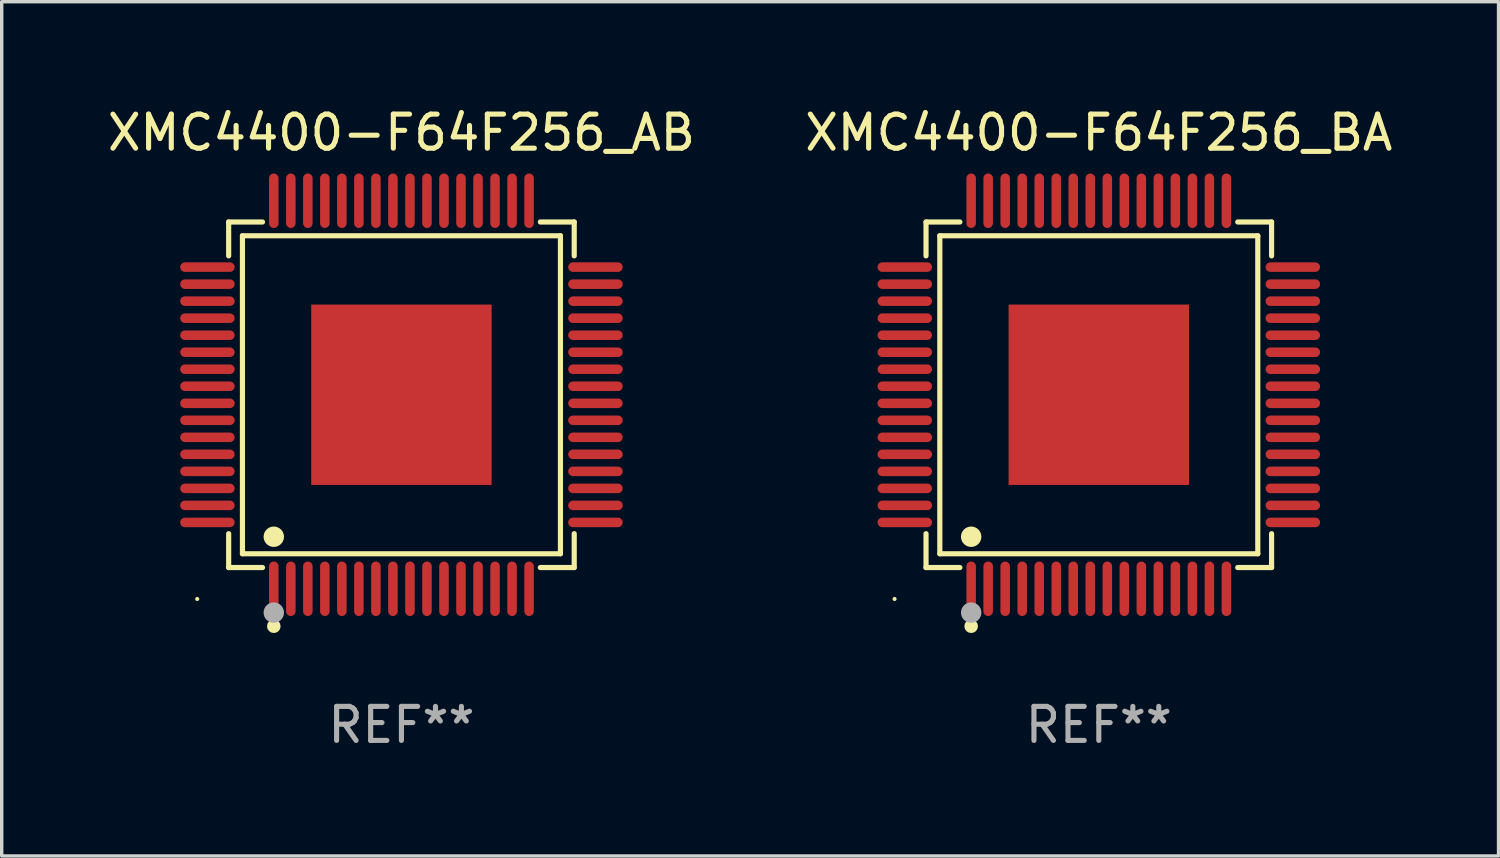
<source format=kicad_pcb>
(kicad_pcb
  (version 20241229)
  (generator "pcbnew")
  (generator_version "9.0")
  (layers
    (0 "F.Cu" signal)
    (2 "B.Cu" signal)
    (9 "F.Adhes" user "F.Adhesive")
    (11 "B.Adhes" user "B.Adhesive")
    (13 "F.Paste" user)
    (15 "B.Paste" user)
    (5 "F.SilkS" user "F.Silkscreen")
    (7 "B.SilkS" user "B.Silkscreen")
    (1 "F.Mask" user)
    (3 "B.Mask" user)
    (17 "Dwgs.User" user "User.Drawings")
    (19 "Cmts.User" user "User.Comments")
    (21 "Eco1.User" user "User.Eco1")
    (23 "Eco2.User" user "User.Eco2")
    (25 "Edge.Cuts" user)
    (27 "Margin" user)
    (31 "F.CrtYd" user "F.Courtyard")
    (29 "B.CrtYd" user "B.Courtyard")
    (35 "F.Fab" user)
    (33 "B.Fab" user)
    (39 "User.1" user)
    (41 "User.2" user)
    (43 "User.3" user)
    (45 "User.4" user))
  (footprint "XMC4400-F64F256_AB"
    (layer "F.Cu")
    (at 8.744 8.548)
    (property "Reference" "XMC4400-F64F256_AB" (at 0 -7.7 0) (layer "F.SilkS") (effects (font (size 1 1) (thickness 0.15))))
    (attr through_hole)
    (fp_line (start -5.076 -5.076) (end -4.081 -5.076) (stroke (width 0.152) (type solid)) (layer "F.SilkS"))
    (fp_line (start -5.076 -4.081) (end -5.076 -5.076) (stroke (width 0.152) (type solid)) (layer "F.SilkS"))
    (fp_line (start -5.076 4.081) (end -5.076 5.076) (stroke (width 0.152) (type solid)) (layer "F.SilkS"))
    (fp_line (start -5.076 5.076) (end -4.081 5.076) (stroke (width 0.152) (type solid)) (layer "F.SilkS"))
    (fp_line (start -4.671 -4.671) (end 4.671 -4.671) (stroke (width 0.152) (type solid)) (layer "F.SilkS"))
    (fp_line (start -4.671 4.671) (end -4.671 -4.671) (stroke (width 0.152) (type solid)) (layer "F.SilkS"))
    (fp_line (start 4.671 -4.671) (end 4.671 4.671) (stroke (width 0.152) (type solid)) (layer "F.SilkS"))
    (fp_line (start 4.671 4.671) (end -4.671 4.671) (stroke (width 0.152) (type solid)) (layer "F.SilkS"))
    (fp_line (start 5.076 -5.076) (end 4.081 -5.076) (stroke (width 0.152) (type solid)) (layer "F.SilkS"))
    (fp_line (start 5.076 -4.081) (end 5.076 -5.076) (stroke (width 0.152) (type solid)) (layer "F.SilkS"))
    (fp_line (start 5.076 4.081) (end 5.076 5.076) (stroke (width 0.152) (type solid)) (layer "F.SilkS"))
    (fp_line (start 5.076 5.076) (end 4.081 5.076) (stroke (width 0.152) (type solid)) (layer "F.SilkS"))
    (fp_circle (center -6 6) (end -5.97 6) (stroke (width 0.06) (type solid)) (fill no) (layer "F.SilkS"))
    (fp_circle (center -3.75 4.171) (end -3.6 4.171) (stroke (width 0.3) (type solid)) (fill no) (layer "F.SilkS"))
    (fp_circle (center -3.75 6.8) (end -3.65 6.8) (stroke (width 0.2) (type solid)) (fill no) (layer "F.SilkS"))
    (fp_circle (center -3.75 6.4) (end -3.6 6.4) (stroke (width 0.3) (type solid)) (fill no) (layer "F.Fab"))
    (fp_text user "REF**" (at 0 9.7 0) (layer "F.Fab") (effects (font (size 1 1) (thickness 0.15))))
    (pad "1" smd oval (at -3.75 5.7) (size 0.28 1.6) (layers "F.Cu" "F.Mask" "F.Paste"))
    (pad "2" smd oval (at -3.25 5.7) (size 0.28 1.6) (layers "F.Cu" "F.Mask" "F.Paste"))
    (pad "3" smd oval (at -2.75 5.7) (size 0.28 1.6) (layers "F.Cu" "F.Mask" "F.Paste"))
    (pad "4" smd oval (at -2.25 5.7) (size 0.28 1.6) (layers "F.Cu" "F.Mask" "F.Paste"))
    (pad "5" smd oval (at -1.75 5.7) (size 0.28 1.6) (layers "F.Cu" "F.Mask" "F.Paste"))
    (pad "6" smd oval (at -1.25 5.7) (size 0.28 1.6) (layers "F.Cu" "F.Mask" "F.Paste"))
    (pad "7" smd oval (at -0.75 5.7) (size 0.28 1.6) (layers "F.Cu" "F.Mask" "F.Paste"))
    (pad "8" smd oval (at -0.25 5.7) (size 0.28 1.6) (layers "F.Cu" "F.Mask" "F.Paste"))
    (pad "9" smd oval (at 0.25 5.7) (size 0.28 1.6) (layers "F.Cu" "F.Mask" "F.Paste"))
    (pad "10" smd oval (at 0.75 5.7) (size 0.28 1.6) (layers "F.Cu" "F.Mask" "F.Paste"))
    (pad "11" smd oval (at 1.25 5.7) (size 0.28 1.6) (layers "F.Cu" "F.Mask" "F.Paste"))
    (pad "12" smd oval (at 1.75 5.7) (size 0.28 1.6) (layers "F.Cu" "F.Mask" "F.Paste"))
    (pad "13" smd oval (at 2.25 5.7) (size 0.28 1.6) (layers "F.Cu" "F.Mask" "F.Paste"))
    (pad "14" smd oval (at 2.75 5.7) (size 0.28 1.6) (layers "F.Cu" "F.Mask" "F.Paste"))
    (pad "15" smd oval (at 3.25 5.7) (size 0.28 1.6) (layers "F.Cu" "F.Mask" "F.Paste"))
    (pad "16" smd oval (at 3.75 5.7) (size 0.28 1.6) (layers "F.Cu" "F.Mask" "F.Paste"))
    (pad "17" smd oval (at 5.7 3.75) (size 1.6 0.28) (layers "F.Cu" "F.Mask" "F.Paste"))
    (pad "18" smd oval (at 5.7 3.25) (size 1.6 0.28) (layers "F.Cu" "F.Mask" "F.Paste"))
    (pad "19" smd oval (at 5.7 2.75) (size 1.6 0.28) (layers "F.Cu" "F.Mask" "F.Paste"))
    (pad "20" smd oval (at 5.7 2.25) (size 1.6 0.28) (layers "F.Cu" "F.Mask" "F.Paste"))
    (pad "21" smd oval (at 5.7 1.75) (size 1.6 0.28) (layers "F.Cu" "F.Mask" "F.Paste"))
    (pad "22" smd oval (at 5.7 1.25) (size 1.6 0.28) (layers "F.Cu" "F.Mask" "F.Paste"))
    (pad "23" smd oval (at 5.7 0.75) (size 1.6 0.28) (layers "F.Cu" "F.Mask" "F.Paste"))
    (pad "24" smd oval (at 5.7 0.25) (size 1.6 0.28) (layers "F.Cu" "F.Mask" "F.Paste"))
    (pad "25" smd oval (at 5.7 -0.25) (size 1.6 0.28) (layers "F.Cu" "F.Mask" "F.Paste"))
    (pad "26" smd oval (at 5.7 -0.75) (size 1.6 0.28) (layers "F.Cu" "F.Mask" "F.Paste"))
    (pad "27" smd oval (at 5.7 -1.25) (size 1.6 0.28) (layers "F.Cu" "F.Mask" "F.Paste"))
    (pad "28" smd oval (at 5.7 -1.75) (size 1.6 0.28) (layers "F.Cu" "F.Mask" "F.Paste"))
    (pad "29" smd oval (at 5.7 -2.25) (size 1.6 0.28) (layers "F.Cu" "F.Mask" "F.Paste"))
    (pad "30" smd oval (at 5.7 -2.75) (size 1.6 0.28) (layers "F.Cu" "F.Mask" "F.Paste"))
    (pad "31" smd oval (at 5.7 -3.25) (size 1.6 0.28) (layers "F.Cu" "F.Mask" "F.Paste"))
    (pad "32" smd oval (at 5.7 -3.75) (size 1.6 0.28) (layers "F.Cu" "F.Mask" "F.Paste"))
    (pad "33" smd oval (at 3.75 -5.7) (size 0.28 1.6) (layers "F.Cu" "F.Mask" "F.Paste"))
    (pad "34" smd oval (at 3.25 -5.7) (size 0.28 1.6) (layers "F.Cu" "F.Mask" "F.Paste"))
    (pad "35" smd oval (at 2.75 -5.7) (size 0.28 1.6) (layers "F.Cu" "F.Mask" "F.Paste"))
    (pad "36" smd oval (at 2.25 -5.7) (size 0.28 1.6) (layers "F.Cu" "F.Mask" "F.Paste"))
    (pad "37" smd oval (at 1.75 -5.7) (size 0.28 1.6) (layers "F.Cu" "F.Mask" "F.Paste"))
    (pad "38" smd oval (at 1.25 -5.7) (size 0.28 1.6) (layers "F.Cu" "F.Mask" "F.Paste"))
    (pad "39" smd oval (at 0.75 -5.7) (size 0.28 1.6) (layers "F.Cu" "F.Mask" "F.Paste"))
    (pad "40" smd oval (at 0.25 -5.7) (size 0.28 1.6) (layers "F.Cu" "F.Mask" "F.Paste"))
    (pad "41" smd oval (at -0.25 -5.7) (size 0.28 1.6) (layers "F.Cu" "F.Mask" "F.Paste"))
    (pad "42" smd oval (at -0.75 -5.7) (size 0.28 1.6) (layers "F.Cu" "F.Mask" "F.Paste"))
    (pad "43" smd oval (at -1.25 -5.7) (size 0.28 1.6) (layers "F.Cu" "F.Mask" "F.Paste"))
    (pad "44" smd oval (at -1.75 -5.7) (size 0.28 1.6) (layers "F.Cu" "F.Mask" "F.Paste"))
    (pad "45" smd oval (at -2.25 -5.7) (size 0.28 1.6) (layers "F.Cu" "F.Mask" "F.Paste"))
    (pad "46" smd oval (at -2.75 -5.7) (size 0.28 1.6) (layers "F.Cu" "F.Mask" "F.Paste"))
    (pad "47" smd oval (at -3.25 -5.7) (size 0.28 1.6) (layers "F.Cu" "F.Mask" "F.Paste"))
    (pad "48" smd oval (at -3.75 -5.7) (size 0.28 1.6) (layers "F.Cu" "F.Mask" "F.Paste"))
    (pad "49" smd oval (at -5.7 -3.75) (size 1.6 0.28) (layers "F.Cu" "F.Mask" "F.Paste"))
    (pad "50" smd oval (at -5.7 -3.25) (size 1.6 0.28) (layers "F.Cu" "F.Mask" "F.Paste"))
    (pad "51" smd oval (at -5.7 -2.75) (size 1.6 0.28) (layers "F.Cu" "F.Mask" "F.Paste"))
    (pad "52" smd oval (at -5.7 -2.25) (size 1.6 0.28) (layers "F.Cu" "F.Mask" "F.Paste"))
    (pad "53" smd oval (at -5.7 -1.75) (size 1.6 0.28) (layers "F.Cu" "F.Mask" "F.Paste"))
    (pad "54" smd oval (at -5.7 -1.25) (size 1.6 0.28) (layers "F.Cu" "F.Mask" "F.Paste"))
    (pad "55" smd oval (at -5.7 -0.75) (size 1.6 0.28) (layers "F.Cu" "F.Mask" "F.Paste"))
    (pad "56" smd oval (at -5.7 -0.25) (size 1.6 0.28) (layers "F.Cu" "F.Mask" "F.Paste"))
    (pad "57" smd oval (at -5.7 0.25) (size 1.6 0.28) (layers "F.Cu" "F.Mask" "F.Paste"))
    (pad "58" smd oval (at -5.7 0.75) (size 1.6 0.28) (layers "F.Cu" "F.Mask" "F.Paste"))
    (pad "59" smd oval (at -5.7 1.25) (size 1.6 0.28) (layers "F.Cu" "F.Mask" "F.Paste"))
    (pad "60" smd oval (at -5.7 1.75) (size 1.6 0.28) (layers "F.Cu" "F.Mask" "F.Paste"))
    (pad "61" smd oval (at -5.7 2.25) (size 1.6 0.28) (layers "F.Cu" "F.Mask" "F.Paste"))
    (pad "62" smd oval (at -5.7 2.75) (size 1.6 0.28) (layers "F.Cu" "F.Mask" "F.Paste"))
    (pad "63" smd oval (at -5.7 3.25) (size 1.6 0.28) (layers "F.Cu" "F.Mask" "F.Paste"))
    (pad "64" smd oval (at -5.7 3.75) (size 1.6 0.28) (layers "F.Cu" "F.Mask" "F.Paste"))
    (pad "65" smd rect (at 0 0) (size 5.3 5.3) (layers "F.Cu" "F.Mask" "F.Paste")))
  (footprint "XMC4400-F64F256_BA"
    (layer "F.Cu")
    (at 29.232 8.548)
    (property "Reference" "XMC4400-F64F256_BA" (at 0 -7.7 0) (layer "F.SilkS") (effects (font (size 1 1) (thickness 0.15))))
    (attr through_hole)
    (fp_line (start -5.076 -5.076) (end -4.081 -5.076) (stroke (width 0.152) (type solid)) (layer "F.SilkS"))
    (fp_line (start -5.076 -4.081) (end -5.076 -5.076) (stroke (width 0.152) (type solid)) (layer "F.SilkS"))
    (fp_line (start -5.076 4.081) (end -5.076 5.076) (stroke (width 0.152) (type solid)) (layer "F.SilkS"))
    (fp_line (start -5.076 5.076) (end -4.081 5.076) (stroke (width 0.152) (type solid)) (layer "F.SilkS"))
    (fp_line (start -4.671 -4.671) (end 4.671 -4.671) (stroke (width 0.152) (type solid)) (layer "F.SilkS"))
    (fp_line (start -4.671 4.671) (end -4.671 -4.671) (stroke (width 0.152) (type solid)) (layer "F.SilkS"))
    (fp_line (start 4.671 -4.671) (end 4.671 4.671) (stroke (width 0.152) (type solid)) (layer "F.SilkS"))
    (fp_line (start 4.671 4.671) (end -4.671 4.671) (stroke (width 0.152) (type solid)) (layer "F.SilkS"))
    (fp_line (start 5.076 -5.076) (end 4.081 -5.076) (stroke (width 0.152) (type solid)) (layer "F.SilkS"))
    (fp_line (start 5.076 -4.081) (end 5.076 -5.076) (stroke (width 0.152) (type solid)) (layer "F.SilkS"))
    (fp_line (start 5.076 4.081) (end 5.076 5.076) (stroke (width 0.152) (type solid)) (layer "F.SilkS"))
    (fp_line (start 5.076 5.076) (end 4.081 5.076) (stroke (width 0.152) (type solid)) (layer "F.SilkS"))
    (fp_circle (center -6 6) (end -5.97 6) (stroke (width 0.06) (type solid)) (fill no) (layer "F.SilkS"))
    (fp_circle (center -3.75 4.171) (end -3.6 4.171) (stroke (width 0.3) (type solid)) (fill no) (layer "F.SilkS"))
    (fp_circle (center -3.75 6.8) (end -3.65 6.8) (stroke (width 0.2) (type solid)) (fill no) (layer "F.SilkS"))
    (fp_circle (center -3.75 6.4) (end -3.6 6.4) (stroke (width 0.3) (type solid)) (fill no) (layer "F.Fab"))
    (fp_text user "REF**" (at 0 9.7 0) (layer "F.Fab") (effects (font (size 1 1) (thickness 0.15))))
    (pad "1" smd oval (at -3.75 5.7) (size 0.28 1.6) (layers "F.Cu" "F.Mask" "F.Paste"))
    (pad "2" smd oval (at -3.25 5.7) (size 0.28 1.6) (layers "F.Cu" "F.Mask" "F.Paste"))
    (pad "3" smd oval (at -2.75 5.7) (size 0.28 1.6) (layers "F.Cu" "F.Mask" "F.Paste"))
    (pad "4" smd oval (at -2.25 5.7) (size 0.28 1.6) (layers "F.Cu" "F.Mask" "F.Paste"))
    (pad "5" smd oval (at -1.75 5.7) (size 0.28 1.6) (layers "F.Cu" "F.Mask" "F.Paste"))
    (pad "6" smd oval (at -1.25 5.7) (size 0.28 1.6) (layers "F.Cu" "F.Mask" "F.Paste"))
    (pad "7" smd oval (at -0.75 5.7) (size 0.28 1.6) (layers "F.Cu" "F.Mask" "F.Paste"))
    (pad "8" smd oval (at -0.25 5.7) (size 0.28 1.6) (layers "F.Cu" "F.Mask" "F.Paste"))
    (pad "9" smd oval (at 0.25 5.7) (size 0.28 1.6) (layers "F.Cu" "F.Mask" "F.Paste"))
    (pad "10" smd oval (at 0.75 5.7) (size 0.28 1.6) (layers "F.Cu" "F.Mask" "F.Paste"))
    (pad "11" smd oval (at 1.25 5.7) (size 0.28 1.6) (layers "F.Cu" "F.Mask" "F.Paste"))
    (pad "12" smd oval (at 1.75 5.7) (size 0.28 1.6) (layers "F.Cu" "F.Mask" "F.Paste"))
    (pad "13" smd oval (at 2.25 5.7) (size 0.28 1.6) (layers "F.Cu" "F.Mask" "F.Paste"))
    (pad "14" smd oval (at 2.75 5.7) (size 0.28 1.6) (layers "F.Cu" "F.Mask" "F.Paste"))
    (pad "15" smd oval (at 3.25 5.7) (size 0.28 1.6) (layers "F.Cu" "F.Mask" "F.Paste"))
    (pad "16" smd oval (at 3.75 5.7) (size 0.28 1.6) (layers "F.Cu" "F.Mask" "F.Paste"))
    (pad "17" smd oval (at 5.7 3.75) (size 1.6 0.28) (layers "F.Cu" "F.Mask" "F.Paste"))
    (pad "18" smd oval (at 5.7 3.25) (size 1.6 0.28) (layers "F.Cu" "F.Mask" "F.Paste"))
    (pad "19" smd oval (at 5.7 2.75) (size 1.6 0.28) (layers "F.Cu" "F.Mask" "F.Paste"))
    (pad "20" smd oval (at 5.7 2.25) (size 1.6 0.28) (layers "F.Cu" "F.Mask" "F.Paste"))
    (pad "21" smd oval (at 5.7 1.75) (size 1.6 0.28) (layers "F.Cu" "F.Mask" "F.Paste"))
    (pad "22" smd oval (at 5.7 1.25) (size 1.6 0.28) (layers "F.Cu" "F.Mask" "F.Paste"))
    (pad "23" smd oval (at 5.7 0.75) (size 1.6 0.28) (layers "F.Cu" "F.Mask" "F.Paste"))
    (pad "24" smd oval (at 5.7 0.25) (size 1.6 0.28) (layers "F.Cu" "F.Mask" "F.Paste"))
    (pad "25" smd oval (at 5.7 -0.25) (size 1.6 0.28) (layers "F.Cu" "F.Mask" "F.Paste"))
    (pad "26" smd oval (at 5.7 -0.75) (size 1.6 0.28) (layers "F.Cu" "F.Mask" "F.Paste"))
    (pad "27" smd oval (at 5.7 -1.25) (size 1.6 0.28) (layers "F.Cu" "F.Mask" "F.Paste"))
    (pad "28" smd oval (at 5.7 -1.75) (size 1.6 0.28) (layers "F.Cu" "F.Mask" "F.Paste"))
    (pad "29" smd oval (at 5.7 -2.25) (size 1.6 0.28) (layers "F.Cu" "F.Mask" "F.Paste"))
    (pad "30" smd oval (at 5.7 -2.75) (size 1.6 0.28) (layers "F.Cu" "F.Mask" "F.Paste"))
    (pad "31" smd oval (at 5.7 -3.25) (size 1.6 0.28) (layers "F.Cu" "F.Mask" "F.Paste"))
    (pad "32" smd oval (at 5.7 -3.75) (size 1.6 0.28) (layers "F.Cu" "F.Mask" "F.Paste"))
    (pad "33" smd oval (at 3.75 -5.7) (size 0.28 1.6) (layers "F.Cu" "F.Mask" "F.Paste"))
    (pad "34" smd oval (at 3.25 -5.7) (size 0.28 1.6) (layers "F.Cu" "F.Mask" "F.Paste"))
    (pad "35" smd oval (at 2.75 -5.7) (size 0.28 1.6) (layers "F.Cu" "F.Mask" "F.Paste"))
    (pad "36" smd oval (at 2.25 -5.7) (size 0.28 1.6) (layers "F.Cu" "F.Mask" "F.Paste"))
    (pad "37" smd oval (at 1.75 -5.7) (size 0.28 1.6) (layers "F.Cu" "F.Mask" "F.Paste"))
    (pad "38" smd oval (at 1.25 -5.7) (size 0.28 1.6) (layers "F.Cu" "F.Mask" "F.Paste"))
    (pad "39" smd oval (at 0.75 -5.7) (size 0.28 1.6) (layers "F.Cu" "F.Mask" "F.Paste"))
    (pad "40" smd oval (at 0.25 -5.7) (size 0.28 1.6) (layers "F.Cu" "F.Mask" "F.Paste"))
    (pad "41" smd oval (at -0.25 -5.7) (size 0.28 1.6) (layers "F.Cu" "F.Mask" "F.Paste"))
    (pad "42" smd oval (at -0.75 -5.7) (size 0.28 1.6) (layers "F.Cu" "F.Mask" "F.Paste"))
    (pad "43" smd oval (at -1.25 -5.7) (size 0.28 1.6) (layers "F.Cu" "F.Mask" "F.Paste"))
    (pad "44" smd oval (at -1.75 -5.7) (size 0.28 1.6) (layers "F.Cu" "F.Mask" "F.Paste"))
    (pad "45" smd oval (at -2.25 -5.7) (size 0.28 1.6) (layers "F.Cu" "F.Mask" "F.Paste"))
    (pad "46" smd oval (at -2.75 -5.7) (size 0.28 1.6) (layers "F.Cu" "F.Mask" "F.Paste"))
    (pad "47" smd oval (at -3.25 -5.7) (size 0.28 1.6) (layers "F.Cu" "F.Mask" "F.Paste"))
    (pad "48" smd oval (at -3.75 -5.7) (size 0.28 1.6) (layers "F.Cu" "F.Mask" "F.Paste"))
    (pad "49" smd oval (at -5.7 -3.75) (size 1.6 0.28) (layers "F.Cu" "F.Mask" "F.Paste"))
    (pad "50" smd oval (at -5.7 -3.25) (size 1.6 0.28) (layers "F.Cu" "F.Mask" "F.Paste"))
    (pad "51" smd oval (at -5.7 -2.75) (size 1.6 0.28) (layers "F.Cu" "F.Mask" "F.Paste"))
    (pad "52" smd oval (at -5.7 -2.25) (size 1.6 0.28) (layers "F.Cu" "F.Mask" "F.Paste"))
    (pad "53" smd oval (at -5.7 -1.75) (size 1.6 0.28) (layers "F.Cu" "F.Mask" "F.Paste"))
    (pad "54" smd oval (at -5.7 -1.25) (size 1.6 0.28) (layers "F.Cu" "F.Mask" "F.Paste"))
    (pad "55" smd oval (at -5.7 -0.75) (size 1.6 0.28) (layers "F.Cu" "F.Mask" "F.Paste"))
    (pad "56" smd oval (at -5.7 -0.25) (size 1.6 0.28) (layers "F.Cu" "F.Mask" "F.Paste"))
    (pad "57" smd oval (at -5.7 0.25) (size 1.6 0.28) (layers "F.Cu" "F.Mask" "F.Paste"))
    (pad "58" smd oval (at -5.7 0.75) (size 1.6 0.28) (layers "F.Cu" "F.Mask" "F.Paste"))
    (pad "59" smd oval (at -5.7 1.25) (size 1.6 0.28) (layers "F.Cu" "F.Mask" "F.Paste"))
    (pad "60" smd oval (at -5.7 1.75) (size 1.6 0.28) (layers "F.Cu" "F.Mask" "F.Paste"))
    (pad "61" smd oval (at -5.7 2.25) (size 1.6 0.28) (layers "F.Cu" "F.Mask" "F.Paste"))
    (pad "62" smd oval (at -5.7 2.75) (size 1.6 0.28) (layers "F.Cu" "F.Mask" "F.Paste"))
    (pad "63" smd oval (at -5.7 3.25) (size 1.6 0.28) (layers "F.Cu" "F.Mask" "F.Paste"))
    (pad "64" smd oval (at -5.7 3.75) (size 1.6 0.28) (layers "F.Cu" "F.Mask" "F.Paste"))
    (pad "65" smd rect (at 0 0) (size 5.3 5.3) (layers "F.Cu" "F.Mask" "F.Paste")))
  (gr_rect
    (start -3 -3)
    (end 40.976 22.097)
    (stroke (width 0.1) (type default))
    (fill no)
    (layer "Edge.Cuts")))
</source>
